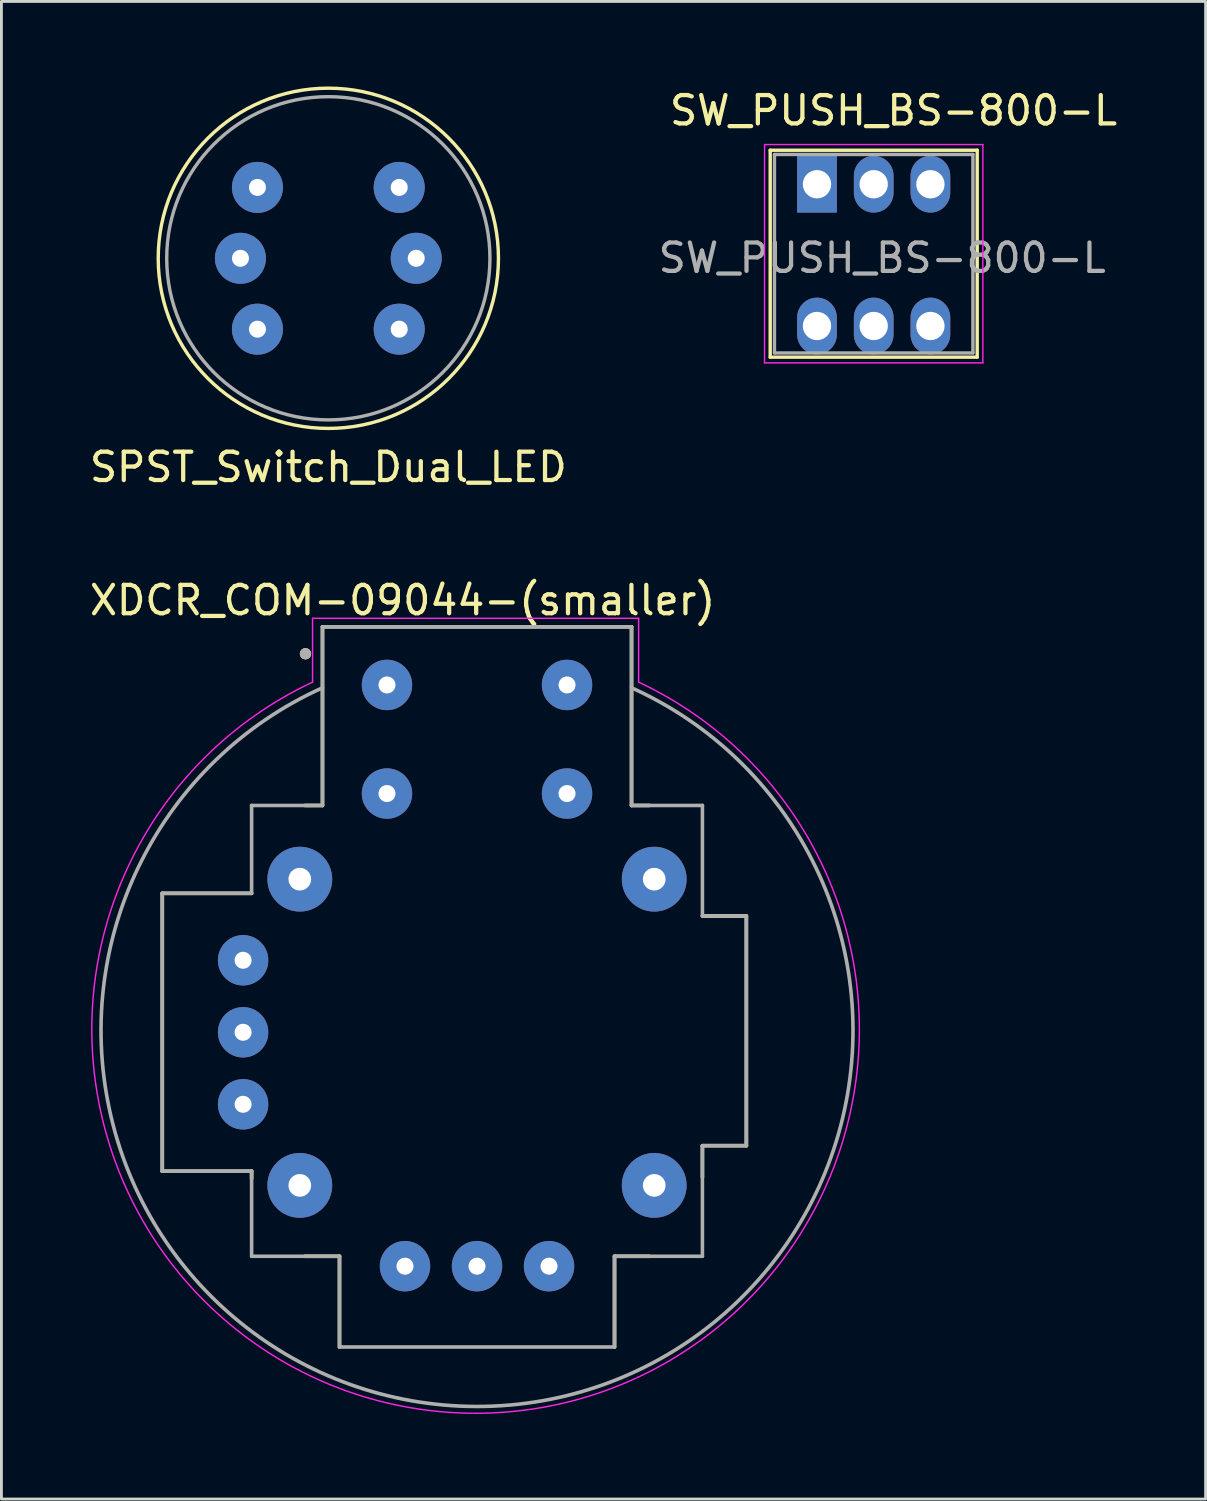
<source format=kicad_pcb>
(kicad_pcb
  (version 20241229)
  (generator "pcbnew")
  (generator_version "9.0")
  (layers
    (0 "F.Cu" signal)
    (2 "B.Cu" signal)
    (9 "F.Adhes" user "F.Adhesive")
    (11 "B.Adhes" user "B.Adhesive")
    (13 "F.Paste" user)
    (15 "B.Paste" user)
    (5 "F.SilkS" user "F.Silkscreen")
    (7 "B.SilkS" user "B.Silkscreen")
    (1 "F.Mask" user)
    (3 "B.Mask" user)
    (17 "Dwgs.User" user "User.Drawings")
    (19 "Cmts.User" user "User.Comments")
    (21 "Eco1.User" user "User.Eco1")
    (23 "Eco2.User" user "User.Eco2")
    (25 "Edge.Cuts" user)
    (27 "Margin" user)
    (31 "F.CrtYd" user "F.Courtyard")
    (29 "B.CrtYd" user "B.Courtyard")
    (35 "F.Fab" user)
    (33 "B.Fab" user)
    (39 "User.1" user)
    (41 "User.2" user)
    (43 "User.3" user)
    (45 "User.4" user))
  (footprint "XDCR_COM-09044-(smaller)"
    (layer "F.Cu")
    (at 13.774 33.358)
    (property "Reference" "XDCR_COM-09044-(smaller)" (at -2.625 -15.235 0) (layer "F.SilkS") (effects (font (size 1 1) (thickness 0.15))))
    (attr through_hole)
    (fp_line (start -11.1 -4.9) (end -7.95 -4.9) (stroke (width 0.127) (type solid)) (layer "F.SilkS"))
    (fp_line (start -11.1 4.9) (end -11.1 -4.9) (stroke (width 0.127) (type solid)) (layer "F.SilkS"))
    (fp_line (start -7.95 4.9) (end -11.1 4.9) (stroke (width 0.127) (type solid)) (layer "F.SilkS"))
    (fp_line (start -7.95 5.17) (end -7.95 4.9) (stroke (width 0.127) (type solid)) (layer "F.SilkS"))
    (fp_line (start -6.07 -8) (end -5.45 -8) (stroke (width 0.127) (type solid)) (layer "F.SilkS"))
    (fp_line (start -5.45 -14.3) (end 5.45 -14.3) (stroke (width 0.127) (type solid)) (layer "F.SilkS"))
    (fp_line (start -5.45 -8) (end -5.45 -14.3) (stroke (width 0.127) (type solid)) (layer "F.SilkS"))
    (fp_line (start -4.85 7.9) (end -6.07 7.9) (stroke (width 0.127) (type solid)) (layer "F.SilkS"))
    (fp_line (start -4.85 11.1) (end -4.85 7.9) (stroke (width 0.127) (type solid)) (layer "F.SilkS"))
    (fp_line (start 4.85 7.9) (end 4.85 11.1) (stroke (width 0.127) (type solid)) (layer "F.SilkS"))
    (fp_line (start 5.45 -14.3) (end 5.45 -8) (stroke (width 0.127) (type solid)) (layer "F.SilkS"))
    (fp_line (start 5.45 -8) (end 6.08 -8) (stroke (width 0.127) (type solid)) (layer "F.SilkS"))
    (fp_line (start 6.08 7.9) (end 4.85 7.9) (stroke (width 0.127) (type solid)) (layer "F.SilkS"))
    (fp_line (start 7.95 -4.1) (end 9.5 -4.1) (stroke (width 0.127) (type solid)) (layer "F.SilkS"))
    (fp_line (start 7.95 4) (end 7.95 5.12) (stroke (width 0.127) (type solid)) (layer "F.SilkS"))
    (fp_line (start 9.5 -4.1) (end 9.5 4) (stroke (width 0.127) (type solid)) (layer "F.SilkS"))
    (fp_line (start 9.5 4) (end 7.95 4) (stroke (width 0.127) (type solid)) (layer "F.SilkS"))
    (fp_circle (center -6.05 -13.35) (end -5.95 -13.35) (stroke (width 0.2) (type solid)) (fill no) (layer "F.SilkS"))
    (fp_line (start -5.8 -14.6) (end 5.7 -14.6) (stroke (width 0.05) (type solid)) (layer "F.CrtYd"))
    (fp_line (start -5.8 -12.35) (end -5.8 -14.6) (stroke (width 0.05) (type solid)) (layer "F.CrtYd"))
    (fp_line (start 5.7 -14.6) (end 5.7 -12.35) (stroke (width 0.05) (type solid)) (layer "F.CrtYd"))
    (fp_arc (start 5.7 -12.35) (mid -0.05 13.437438) (end -5.8 -12.35) (stroke (width 0.05) (type solid)) (layer "F.CrtYd"))
    (fp_line (start -11.1 -4.9) (end -11.1 4.9) (stroke (width 0.127) (type solid)) (layer "F.Fab"))
    (fp_line (start -7.95 -4.9) (end -11.1 -4.9) (stroke (width 0.127) (type solid)) (layer "F.Fab"))
    (fp_line (start -7.95 -4.9) (end -7.95 -8) (stroke (width 0.127) (type solid)) (layer "F.Fab"))
    (fp_line (start -7.95 4.9) (end -11.1 4.9) (stroke (width 0.127) (type solid)) (layer "F.Fab"))
    (fp_line (start -7.95 4.9) (end -7.95 7.9) (stroke (width 0.127) (type solid)) (layer "F.Fab"))
    (fp_line (start -5.45 -14.3) (end -5.45 -8) (stroke (width 0.127) (type solid)) (layer "F.Fab"))
    (fp_line (start -5.45 -8) (end -7.95 -8) (stroke (width 0.127) (type solid)) (layer "F.Fab"))
    (fp_line (start -4.85 7.9) (end -7.95 7.9) (stroke (width 0.127) (type solid)) (layer "F.Fab"))
    (fp_line (start -4.85 11.1) (end -4.85 7.9) (stroke (width 0.127) (type solid)) (layer "F.Fab"))
    (fp_line (start 4.85 7.9) (end 7.95 7.9) (stroke (width 0.127) (type solid)) (layer "F.Fab"))
    (fp_line (start 4.85 11.1) (end -4.85 11.1) (stroke (width 0.127) (type solid)) (layer "F.Fab"))
    (fp_line (start 4.85 11.1) (end 4.85 7.9) (stroke (width 0.127) (type solid)) (layer "F.Fab"))
    (fp_line (start 5.45 -14.3) (end -5.45 -14.3) (stroke (width 0.127) (type solid)) (layer "F.Fab"))
    (fp_line (start 5.45 -14.3) (end 5.45 -8) (stroke (width 0.127) (type solid)) (layer "F.Fab"))
    (fp_line (start 7.95 -8) (end 5.45 -8) (stroke (width 0.127) (type solid)) (layer "F.Fab"))
    (fp_line (start 7.95 -4.1) (end 7.95 -8) (stroke (width 0.127) (type solid)) (layer "F.Fab"))
    (fp_line (start 7.95 -4.1) (end 9.5 -4.1) (stroke (width 0.127) (type solid)) (layer "F.Fab"))
    (fp_line (start 7.95 4) (end 7.95 7.9) (stroke (width 0.127) (type solid)) (layer "F.Fab"))
    (fp_line (start 7.95 4) (end 9.5 4) (stroke (width 0.127) (type solid)) (layer "F.Fab"))
    (fp_line (start 9.5 -4.1) (end 9.5 4) (stroke (width 0.127) (type solid)) (layer "F.Fab"))
    (fp_arc (start 5.45 -12.15) (mid 0 13.197504) (end -5.45 -12.15) (stroke (width 0.127) (type solid)) (layer "F.Fab"))
    (fp_circle (center -6.05 -13.35) (end -5.95 -13.35) (stroke (width 0.2) (type solid)) (fill no) (layer "F.Fab"))
    (pad "B1A" thru_hole circle (at -3.175 -12.25) (size 1.778 1.778) (drill 0.6) (layers "*.Cu" "*.Mask"))
    (pad "B1B" thru_hole circle (at 3.175 -12.25) (size 1.778 1.778) (drill 0.6) (layers "*.Cu" "*.Mask"))
    (pad "B2A" thru_hole circle (at -3.175 -8.42) (size 1.778 1.778) (drill 0.6) (layers "*.Cu" "*.Mask"))
    (pad "B2B" thru_hole circle (at 3.175 -8.42) (size 1.778 1.778) (drill 0.6) (layers "*.Cu" "*.Mask"))
    (pad "H1" thru_hole circle (at -2.54 8.25) (size 1.778 1.778) (drill 0.6) (layers "*.Cu" "*.Mask"))
    (pad "H2" thru_hole circle (at 0 8.25) (size 1.778 1.778) (drill 0.6) (layers "*.Cu" "*.Mask"))
    (pad "H3" thru_hole circle (at 2.54 8.25) (size 1.778 1.778) (drill 0.6) (layers "*.Cu" "*.Mask"))
    (pad "S1" thru_hole circle (at -6.25 -5.4) (size 2.286 2.286) (drill 0.8) (layers "*.Cu" "*.Mask"))
    (pad "S2" thru_hole circle (at -6.25 5.4) (size 2.286 2.286) (drill 0.8) (layers "*.Cu" "*.Mask"))
    (pad "S3" thru_hole circle (at 6.25 5.4) (size 2.286 2.286) (drill 0.8) (layers "*.Cu" "*.Mask"))
    (pad "S4" thru_hole circle (at 6.25 -5.4) (size 2.286 2.286) (drill 0.8) (layers "*.Cu" "*.Mask"))
    (pad "V1" thru_hole circle (at -8.25 -2.54) (size 1.778 1.778) (drill 0.6) (layers "*.Cu" "*.Mask"))
    (pad "V2" thru_hole circle (at -8.25 0) (size 1.778 1.778) (drill 0.6) (layers "*.Cu" "*.Mask"))
    (pad "V3" thru_hole circle (at -8.25 2.54) (size 1.778 1.778) (drill 0.6) (layers "*.Cu" "*.Mask")))
  (footprint "SW_PUSH_BS-800-L"
    (layer "F.Cu")
    (at 25.765 3.448)
    (property "Reference" "SW_PUSH_BS-800-L" (at 2.7 -2.6 0) (layer "F.SilkS") (effects (font (size 1 1) (thickness 0.15))))
    (attr through_hole)
    (fp_line (start -1.65 -1.2) (end -1.65 6.1) (stroke (width 0.12) (type solid)) (layer "F.SilkS"))
    (fp_line (start -1.65 -1.2) (end 5.65 -1.2) (stroke (width 0.12) (type solid)) (layer "F.SilkS"))
    (fp_line (start -1.65 6.1) (end 5.65 6.1) (stroke (width 0.12) (type solid)) (layer "F.SilkS"))
    (fp_line (start 5.65 -1.2) (end 5.65 6.1) (stroke (width 0.12) (type solid)) (layer "F.SilkS"))
    (fp_line (start -1.85 -1.4) (end 5.85 -1.4) (stroke (width 0.05) (type solid)) (layer "F.CrtYd"))
    (fp_line (start -1.85 6.3) (end -1.85 -1.4) (stroke (width 0.05) (type solid)) (layer "F.CrtYd"))
    (fp_line (start 5.85 -1.4) (end 5.85 6.3) (stroke (width 0.05) (type solid)) (layer "F.CrtYd"))
    (fp_line (start 5.85 6.3) (end -1.85 6.3) (stroke (width 0.05) (type solid)) (layer "F.CrtYd"))
    (fp_line (start -1.5 -1.05) (end -1.5 5.95) (stroke (width 0.12) (type solid)) (layer "F.Fab"))
    (fp_line (start -1.5 -1.05) (end 5.5 -1.05) (stroke (width 0.12) (type solid)) (layer "F.Fab"))
    (fp_line (start -1.5 5.95) (end 5.5 5.95) (stroke (width 0.12) (type solid)) (layer "F.Fab"))
    (fp_line (start 5.5 -1.05) (end 5.5 5.95) (stroke (width 0.12) (type solid)) (layer "F.Fab"))
    (fp_text user "${REFERENCE}" (at 2.3 2.6 0) (layer "F.Fab") (effects (font (size 1 1) (thickness 0.15))))
    (pad "1" thru_hole rect (at 0 0) (size 1.4 2) (drill 1) (layers "*.Cu" "*.Mask"))
    (pad "2" thru_hole oval (at 2 0) (size 1.4 2) (drill 1) (layers "*.Cu" "*.Mask"))
    (pad "3" thru_hole oval (at 4 0) (size 1.4 2) (drill 1) (layers "*.Cu" "*.Mask"))
    (pad "4" thru_hole oval (at 0 5) (size 1.4 2) (drill 1) (layers "*.Cu" "*.Mask"))
    (pad "5" thru_hole oval (at 2 5) (size 1.4 2) (drill 1) (layers "*.Cu" "*.Mask"))
    (pad "6" thru_hole oval (at 4 5) (size 1.4 2) (drill 1) (layers "*.Cu" "*.Mask")))
  (footprint "SPST_Switch_Dual_LED"
    (layer "F.Cu")
    (at 8.53 6.06)
    (property "Reference" "SPST_Switch_Dual_LED" (at 0 7.366 0) (layer "F.SilkS") (effects (font (size 1 1) (thickness 0.15))))
    (attr through_hole)
    (fp_circle (center 0 0) (end 6 0) (stroke (width 0.12) (type solid)) (fill no) (layer "F.SilkS"))
    (fp_circle (center 0 0) (end 5.7 0) (stroke (width 0.12) (type solid)) (fill no) (layer "F.Fab"))
    (pad "1" thru_hole circle (at -2.5 -2.5) (size 1.8 1.8) (drill 0.6) (layers "*.Cu" "*.Mask"))
    (pad "2" thru_hole circle (at 2.5 -2.5) (size 1.8 1.8) (drill 0.6) (layers "*.Cu" "*.Mask"))
    (pad "3" thru_hole circle (at -2.5 2.5) (size 1.8 1.8) (drill 0.6) (layers "*.Cu" "*.Mask"))
    (pad "4" thru_hole circle (at 2.5 2.5) (size 1.8 1.8) (drill 0.6) (layers "*.Cu" "*.Mask"))
    (pad "L1" thru_hole circle (at -3.1 0) (size 1.8 1.8) (drill 0.6) (layers "*.Cu" "*.Mask"))
    (pad "L2" thru_hole circle (at 3.1 0) (size 1.8 1.8) (drill 0.6) (layers "*.Cu" "*.Mask")))
  (gr_rect
    (start -3 -3)
    (end 39.471 49.82)
    (stroke (width 0.1) (type default))
    (fill no)
    (layer "Edge.Cuts")))
</source>
